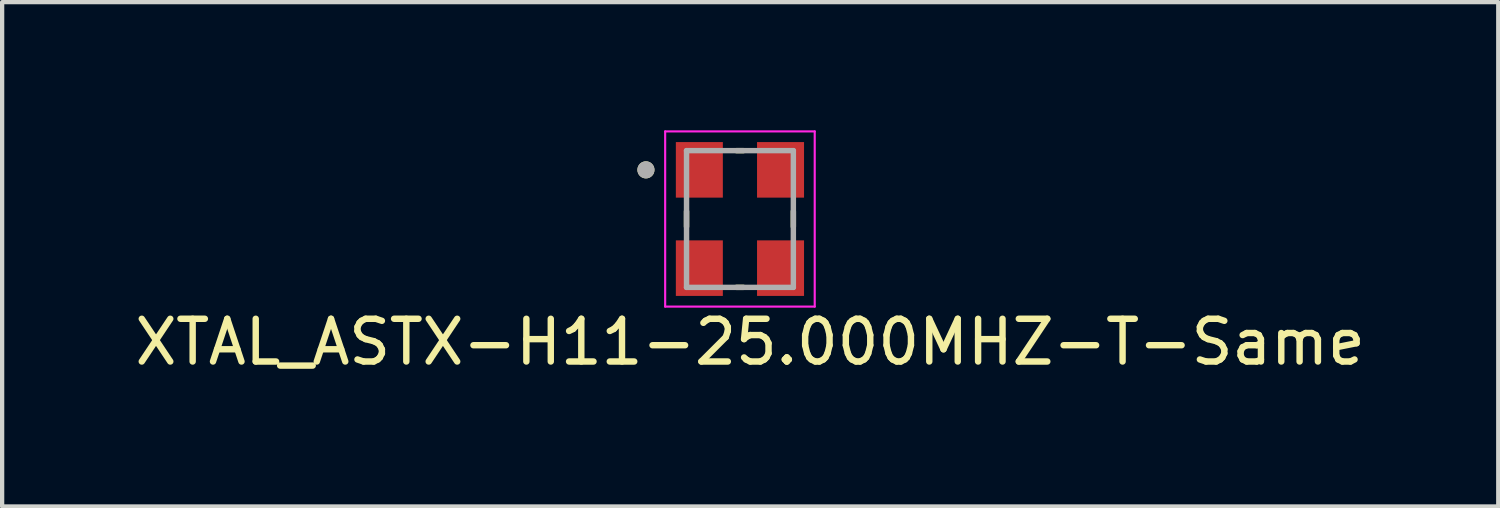
<source format=kicad_pcb>
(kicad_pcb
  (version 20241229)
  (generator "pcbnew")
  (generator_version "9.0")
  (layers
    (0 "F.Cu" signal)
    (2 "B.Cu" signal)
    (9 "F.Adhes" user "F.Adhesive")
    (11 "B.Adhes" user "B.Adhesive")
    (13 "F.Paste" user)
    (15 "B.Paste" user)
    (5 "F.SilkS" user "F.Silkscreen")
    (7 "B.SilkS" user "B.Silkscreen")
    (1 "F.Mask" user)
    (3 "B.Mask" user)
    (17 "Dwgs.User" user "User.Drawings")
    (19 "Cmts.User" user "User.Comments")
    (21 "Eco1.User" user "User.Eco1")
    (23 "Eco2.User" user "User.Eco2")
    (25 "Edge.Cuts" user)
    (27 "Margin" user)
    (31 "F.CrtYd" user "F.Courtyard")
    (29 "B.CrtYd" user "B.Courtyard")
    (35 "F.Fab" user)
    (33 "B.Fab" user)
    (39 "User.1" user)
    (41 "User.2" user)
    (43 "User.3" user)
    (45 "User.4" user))
  (footprint "XTAL_ASTX-H11-25.000MHZ-T-Same"
    (layer "F.Cu")
    (at 14.266 2.075)
    (property "Reference" "XTAL_ASTX-H11-25.000MHZ-T-Same" (at 0.24 2.88 0) (layer "F.SilkS") (effects (font (size 1 1) (thickness 0.15))))
    (attr through_hole)
    (fp_line (start -1.25 -0.18) (end -1.25 0.18) (stroke (width 0.127) (type solid)) (layer "F.SilkS"))
    (fp_line (start -0.08 -1.6) (end 0.08 -1.6) (stroke (width 0.127) (type solid)) (layer "F.SilkS"))
    (fp_line (start -0.08 1.6) (end 0.08 1.6) (stroke (width 0.127) (type solid)) (layer "F.SilkS"))
    (fp_line (start 1.25 -0.18) (end 1.25 0.18) (stroke (width 0.127) (type solid)) (layer "F.SilkS"))
    (fp_circle (center -2.2 -1.15) (end -2.1 -1.15) (stroke (width 0.2) (type solid)) (fill no) (layer "F.SilkS"))
    (fp_line (start -1.75 -2.05) (end -1.75 2.05) (stroke (width 0.05) (type solid)) (layer "F.CrtYd"))
    (fp_line (start -1.75 2.05) (end 1.75 2.05) (stroke (width 0.05) (type solid)) (layer "F.CrtYd"))
    (fp_line (start 1.75 -2.05) (end -1.75 -2.05) (stroke (width 0.05) (type solid)) (layer "F.CrtYd"))
    (fp_line (start 1.75 2.05) (end 1.75 -2.05) (stroke (width 0.05) (type solid)) (layer "F.CrtYd"))
    (fp_line (start -1.25 -1.6) (end 1.25 -1.6) (stroke (width 0.127) (type solid)) (layer "F.Fab"))
    (fp_line (start -1.25 1.6) (end -1.25 -1.6) (stroke (width 0.127) (type solid)) (layer "F.Fab"))
    (fp_line (start 1.25 -1.6) (end 1.25 1.6) (stroke (width 0.127) (type solid)) (layer "F.Fab"))
    (fp_line (start 1.25 1.6) (end -1.25 1.6) (stroke (width 0.127) (type solid)) (layer "F.Fab"))
    (fp_circle (center -2.2 -1.15) (end -2.1 -1.15) (stroke (width 0.2) (type solid)) (fill no) (layer "F.Fab"))
    (pad "1" smd rect (at -0.95 -1.15) (size 1.1 1.3) (layers "F.Cu" "F.Mask" "F.Paste"))
    (pad "2" smd rect (at -0.95 1.15) (size 1.1 1.3) (layers "F.Cu" "F.Mask" "F.Paste"))
    (pad "3" smd rect (at 0.95 1.15) (size 1.1 1.3) (layers "F.Cu" "F.Mask" "F.Paste"))
    (pad "4" smd rect (at 0.95 -1.15) (size 1.1 1.3) (layers "F.Cu" "F.Mask" "F.Paste")))
  (gr_rect
    (start -3 -3)
    (end 32.012 8.803)
    (stroke (width 0.1) (type default))
    (fill no)
    (layer "Edge.Cuts")))
</source>
